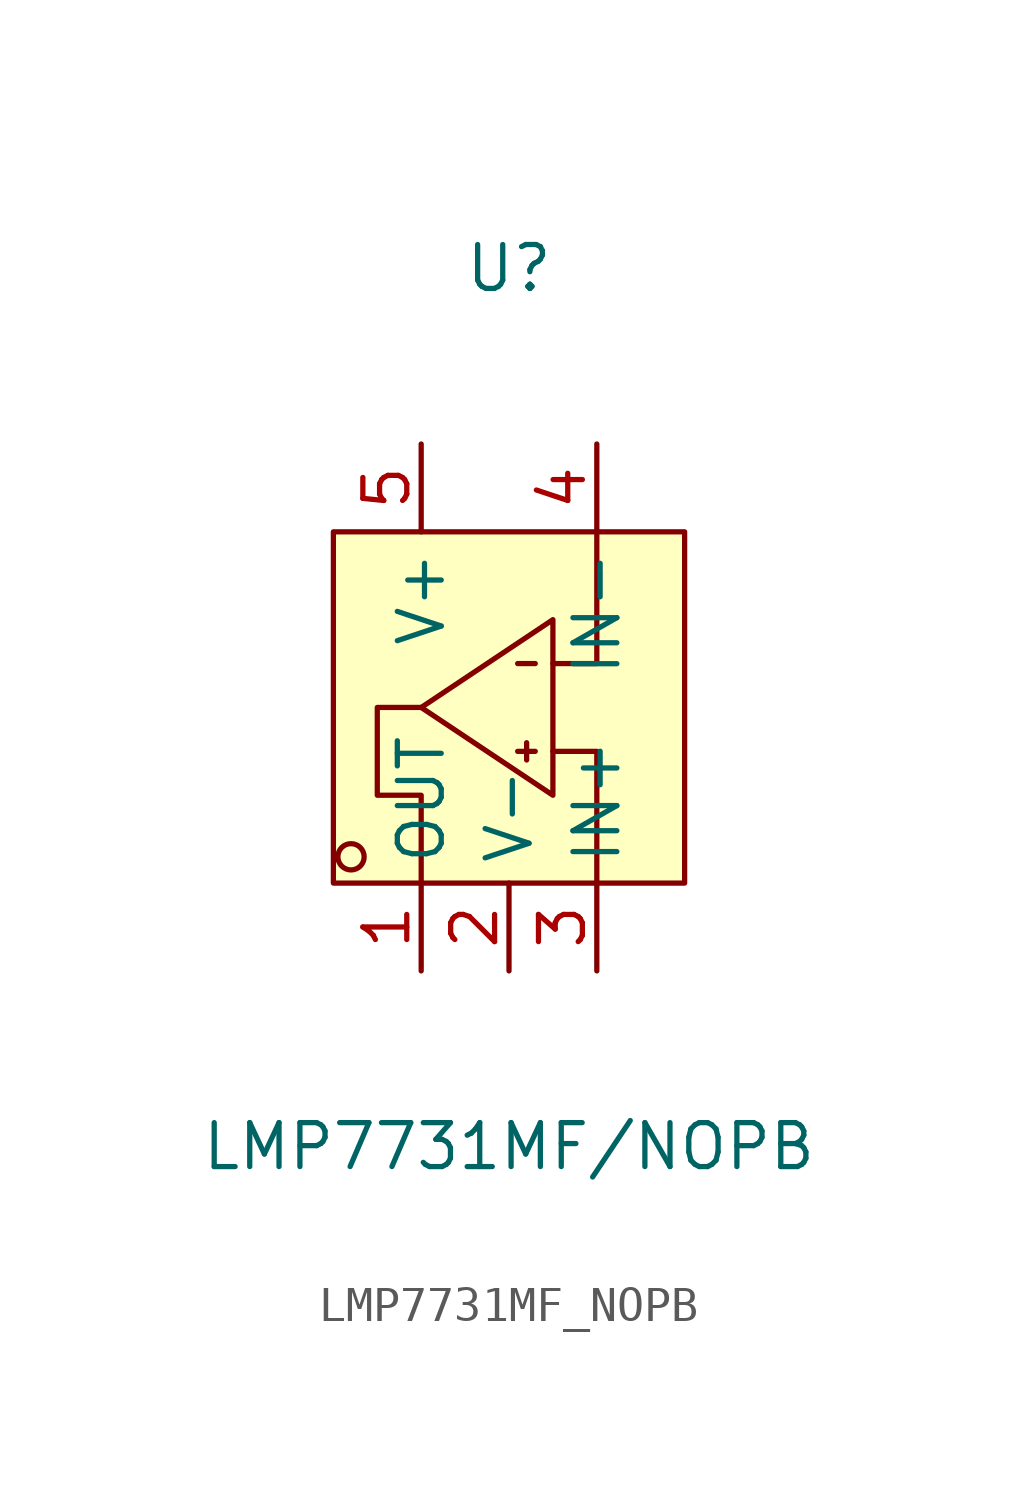
<source format=kicad_sym>
(kicad_symbol_lib
  (version 20211014)
  (generator https://github.com/uPesy/easyeda2kicad.py)
  (symbol "LMP7731MF_NOPB"
    (property "Reference" "U"
      (at 0 12.70 0)
      (effects (font (size 1.27 1.27))))
    (property "Value" "LMP7731MF/NOPB"
      (at 0 -12.70 0)
      (effects (font (size 1.27 1.27))))
    (symbol "LMP7731MF_NOPB_0_1"
      (rectangle (start -5.08 5.08) (end 5.08 -5.08) (stroke (width 0) (type default) (color 0 0 0 0)) (fill (type background)))
      (circle (center -4.57 -4.32) (radius 0.38) (stroke (width 0) (type default) (color 0 0 0 0)) (fill (type none)))
      (polyline (pts (xy 1.27 2.54) (xy -2.54 -0.00) (xy 1.27 -2.54) (xy 1.27 2.54)) (stroke (width 0) (type default) (color 0 0 0 0)) (fill (type background)))
      (polyline (pts (xy 0.76 -1.27) (xy 0.25 -1.27)) (stroke (width 0) (type default) (color 0 0 0 0)) (fill (type none)))
      (polyline (pts (xy 0.51 -1.02) (xy 0.51 -1.52)) (stroke (width 0) (type default) (color 0 0 0 0)) (fill (type none)))
      (polyline (pts (xy 0.76 1.27) (xy 0.25 1.27)) (stroke (width 0) (type default) (color 0 0 0 0)) (fill (type none)))
      (polyline (pts (xy 2.54 -5.08) (xy 2.54 -1.27) (xy 1.27 -1.27)) (stroke (width 0) (type default) (color 0 0 0 0)) (fill (type none)))
      (polyline (pts (xy 2.54 5.08) (xy 2.54 1.27) (xy 1.27 1.27)) (stroke (width 0) (type default) (color 0 0 0 0)) (fill (type none)))
      (polyline (pts (xy -2.54 -5.08) (xy -2.54 -2.54) (xy -3.81 -2.54) (xy -3.81 -0.00) (xy -2.54 -0.00)) (stroke (width 0) (type default) (color 0 0 0 0)) (fill (type none)))
      (pin unspecified line (at -2.54 -7.62 90) (length 2.54) (name "OUT" (effects (font (size 1.27 1.27)))) (number "1" (effects (font (size 1.27 1.27)))))
      (pin unspecified line (at 0.00 -7.62 90) (length 2.54) (name "V-" (effects (font (size 1.27 1.27)))) (number "2" (effects (font (size 1.27 1.27)))))
      (pin unspecified line (at 2.54 -7.62 90) (length 2.54) (name "IN+" (effects (font (size 1.27 1.27)))) (number "3" (effects (font (size 1.27 1.27)))))
      (pin unspecified line (at 2.54 7.62 270) (length 2.54) (name "IN-" (effects (font (size 1.27 1.27)))) (number "4" (effects (font (size 1.27 1.27)))))
      (pin unspecified line (at -2.54 7.62 270) (length 2.54) (name "V+" (effects (font (size 1.27 1.27)))) (number "5" (effects (font (size 1.27 1.27))))))))
</source>
